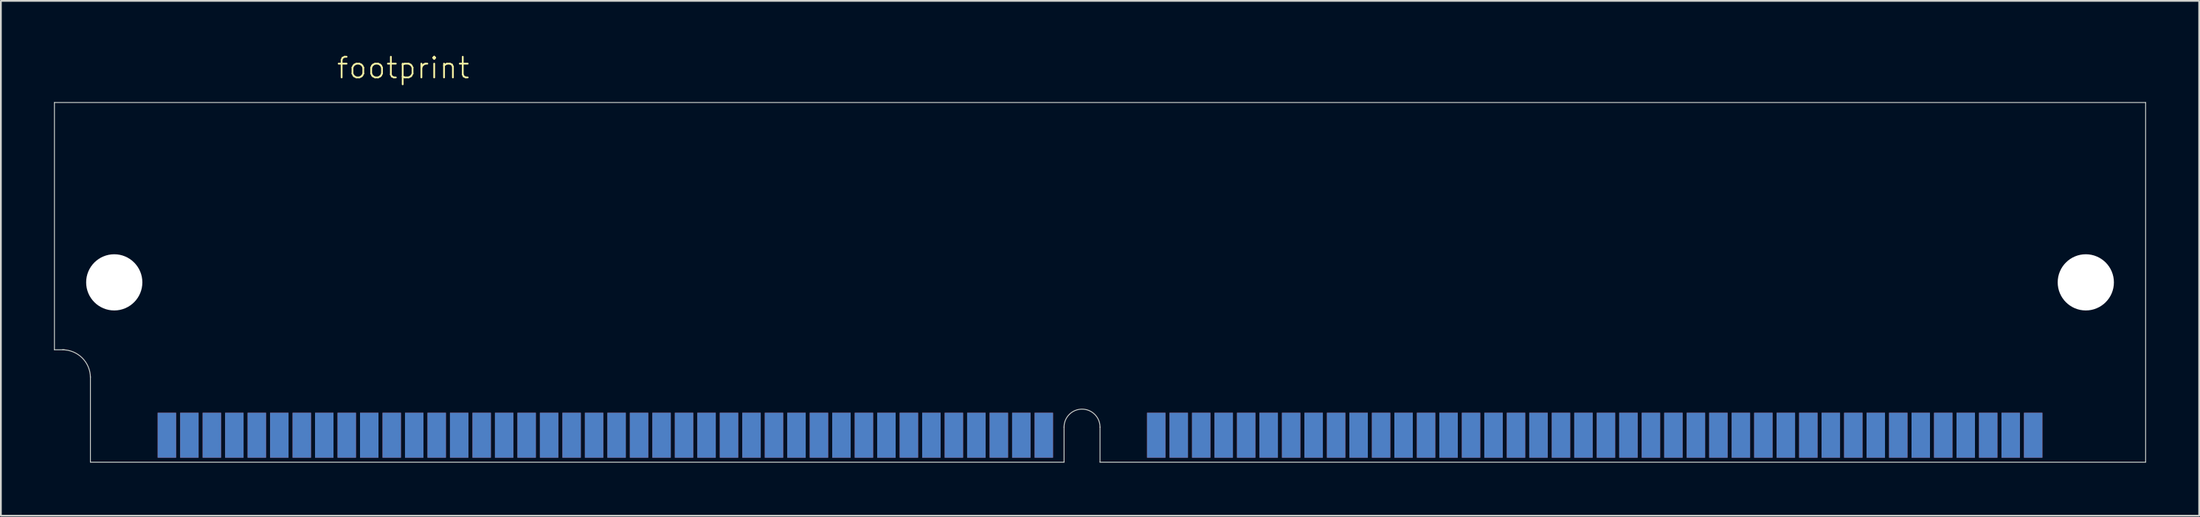
<source format=kicad_pcb>
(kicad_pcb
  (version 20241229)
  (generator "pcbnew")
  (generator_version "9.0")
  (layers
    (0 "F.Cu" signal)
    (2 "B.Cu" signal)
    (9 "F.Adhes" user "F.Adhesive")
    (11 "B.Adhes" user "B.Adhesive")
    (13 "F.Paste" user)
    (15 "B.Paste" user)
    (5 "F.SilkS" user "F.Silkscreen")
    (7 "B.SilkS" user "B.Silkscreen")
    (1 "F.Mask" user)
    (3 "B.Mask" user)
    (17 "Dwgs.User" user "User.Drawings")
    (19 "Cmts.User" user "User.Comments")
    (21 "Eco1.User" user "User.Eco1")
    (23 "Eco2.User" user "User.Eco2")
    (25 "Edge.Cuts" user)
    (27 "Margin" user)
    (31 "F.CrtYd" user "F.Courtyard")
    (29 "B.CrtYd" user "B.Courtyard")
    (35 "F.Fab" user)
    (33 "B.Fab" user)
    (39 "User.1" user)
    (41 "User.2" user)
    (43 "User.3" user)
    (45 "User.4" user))
  (footprint "footprint"
    (layer "F.Cu")
    (at 59.08 12.903)
    (property "Reference" "footprint" (at -43.18 -11.43 0) (layer "F.SilkS") (effects (font (size 1.168 1.168) (thickness 0.102)) (justify left bottom)))
    (fp_line (start -59.055 -10.16) (end 59.055 -10.16) (stroke (width 0.05) (type solid)) (layer "Edge.Cuts"))
    (fp_line (start -59.055 3.81) (end -59.055 -10.16) (stroke (width 0.05) (type solid)) (layer "Edge.Cuts"))
    (fp_line (start -59.055 3.81) (end -58.496 3.81) (stroke (width 0.05) (type solid)) (layer "Edge.Cuts"))
    (fp_line (start -57.023 10.16) (end -57.023 5.309) (stroke (width 0.05) (type solid)) (layer "Edge.Cuts"))
    (fp_line (start -2.032 8.179) (end -2.032 10.16) (stroke (width 0.05) (type solid)) (layer "Edge.Cuts"))
    (fp_line (start -2.032 10.16) (end -57.023 10.16) (stroke (width 0.05) (type solid)) (layer "Edge.Cuts"))
    (fp_line (start 0 8.179) (end 0 10.16) (stroke (width 0.05) (type solid)) (layer "Edge.Cuts"))
    (fp_line (start 59.055 -10.16) (end 59.055 10.16) (stroke (width 0.05) (type solid)) (layer "Edge.Cuts"))
    (fp_line (start 59.055 10.16) (end 0 10.16) (stroke (width 0.05) (type solid)) (layer "Edge.Cuts"))
    (fp_arc (start -58.5978 3.81) (mid -57.484248 4.271248) (end -57.023 5.3848) (stroke (width 0.05) (type solid)) (layer "Edge.Cuts"))
    (fp_arc (start -2.032 8.1788) (mid -1.016 7.1628) (end 0 8.1788) (stroke (width 0.05) (type solid)) (layer "Edge.Cuts"))
    (pad "" np_thru_hole circle (at -55.677 0) (size 3.175 3.175) (drill 3.175) (layers "*.Cu" "*.Mask"))
    (pad "" np_thru_hole circle (at 55.677 0) (size 3.175 3.175) (drill 3.175) (layers "*.Cu" "*.Mask"))
    (pad "1" smd rect (at -52.705 8.636) (size 1.041 2.54) (layers "F.Cu" "F.Mask" "F.Paste"))
    (pad "2" smd rect (at -51.435 8.636) (size 1.041 2.54) (layers "F.Cu" "F.Mask" "F.Paste"))
    (pad "3" smd rect (at -50.165 8.636) (size 1.041 2.54) (layers "F.Cu" "F.Mask" "F.Paste"))
    (pad "4" smd rect (at -48.895 8.636) (size 1.041 2.54) (layers "F.Cu" "F.Mask" "F.Paste"))
    (pad "5" smd rect (at -47.625 8.636) (size 1.041 2.54) (layers "F.Cu" "F.Mask" "F.Paste"))
    (pad "6" smd rect (at -46.355 8.636) (size 1.041 2.54) (layers "F.Cu" "F.Mask" "F.Paste"))
    (pad "7" smd rect (at -45.085 8.636) (size 1.041 2.54) (layers "F.Cu" "F.Mask" "F.Paste"))
    (pad "8" smd rect (at -43.815 8.636) (size 1.041 2.54) (layers "F.Cu" "F.Mask" "F.Paste"))
    (pad "9" smd rect (at -42.545 8.636) (size 1.041 2.54) (layers "F.Cu" "F.Mask" "F.Paste"))
    (pad "10" smd rect (at -41.275 8.636) (size 1.041 2.54) (layers "F.Cu" "F.Mask" "F.Paste"))
    (pad "11" smd rect (at -40.005 8.636) (size 1.041 2.54) (layers "F.Cu" "F.Mask" "F.Paste"))
    (pad "12" smd rect (at -38.735 8.636) (size 1.041 2.54) (layers "F.Cu" "F.Mask" "F.Paste"))
    (pad "13" smd rect (at -37.465 8.636) (size 1.041 2.54) (layers "F.Cu" "F.Mask" "F.Paste"))
    (pad "14" smd rect (at -36.195 8.636) (size 1.041 2.54) (layers "F.Cu" "F.Mask" "F.Paste"))
    (pad "15" smd rect (at -34.925 8.636) (size 1.041 2.54) (layers "F.Cu" "F.Mask" "F.Paste"))
    (pad "16" smd rect (at -33.655 8.636) (size 1.041 2.54) (layers "F.Cu" "F.Mask" "F.Paste"))
    (pad "17" smd rect (at -32.385 8.636) (size 1.041 2.54) (layers "F.Cu" "F.Mask" "F.Paste"))
    (pad "18" smd rect (at -31.115 8.636) (size 1.041 2.54) (layers "F.Cu" "F.Mask" "F.Paste"))
    (pad "19" smd rect (at -29.845 8.636) (size 1.041 2.54) (layers "F.Cu" "F.Mask" "F.Paste"))
    (pad "20" smd rect (at -28.575 8.636) (size 1.041 2.54) (layers "F.Cu" "F.Mask" "F.Paste"))
    (pad "21" smd rect (at -27.305 8.636) (size 1.041 2.54) (layers "F.Cu" "F.Mask" "F.Paste"))
    (pad "22" smd rect (at -26.035 8.636) (size 1.041 2.54) (layers "F.Cu" "F.Mask" "F.Paste"))
    (pad "23" smd rect (at -24.765 8.636) (size 1.041 2.54) (layers "F.Cu" "F.Mask" "F.Paste"))
    (pad "24" smd rect (at -23.495 8.636) (size 1.041 2.54) (layers "F.Cu" "F.Mask" "F.Paste"))
    (pad "25" smd rect (at -22.225 8.636) (size 1.041 2.54) (layers "F.Cu" "F.Mask" "F.Paste"))
    (pad "26" smd rect (at -20.955 8.636) (size 1.041 2.54) (layers "F.Cu" "F.Mask" "F.Paste"))
    (pad "27" smd rect (at -19.685 8.636) (size 1.041 2.54) (layers "F.Cu" "F.Mask" "F.Paste"))
    (pad "28" smd rect (at -18.415 8.636) (size 1.041 2.54) (layers "F.Cu" "F.Mask" "F.Paste"))
    (pad "29" smd rect (at -17.145 8.636) (size 1.041 2.54) (layers "F.Cu" "F.Mask" "F.Paste"))
    (pad "30" smd rect (at -15.875 8.636) (size 1.041 2.54) (layers "F.Cu" "F.Mask" "F.Paste"))
    (pad "31" smd rect (at -14.605 8.636) (size 1.041 2.54) (layers "F.Cu" "F.Mask" "F.Paste"))
    (pad "32" smd rect (at -13.335 8.636) (size 1.041 2.54) (layers "F.Cu" "F.Mask" "F.Paste"))
    (pad "33" smd rect (at -12.065 8.636) (size 1.041 2.54) (layers "F.Cu" "F.Mask" "F.Paste"))
    (pad "34" smd rect (at -10.795 8.636) (size 1.041 2.54) (layers "F.Cu" "F.Mask" "F.Paste"))
    (pad "35" smd rect (at -9.525 8.636) (size 1.041 2.54) (layers "F.Cu" "F.Mask" "F.Paste"))
    (pad "36" smd rect (at -8.255 8.636) (size 1.041 2.54) (layers "F.Cu" "F.Mask" "F.Paste"))
    (pad "37" smd rect (at -6.985 8.636) (size 1.041 2.54) (layers "F.Cu" "F.Mask" "F.Paste"))
    (pad "38" smd rect (at -5.715 8.636) (size 1.041 2.54) (layers "F.Cu" "F.Mask" "F.Paste"))
    (pad "39" smd rect (at -4.445 8.636) (size 1.041 2.54) (layers "F.Cu" "F.Mask" "F.Paste"))
    (pad "40" smd rect (at -3.175 8.636) (size 1.041 2.54) (layers "F.Cu" "F.Mask" "F.Paste"))
    (pad "41" smd rect (at 3.175 8.636) (size 1.041 2.54) (layers "F.Cu" "F.Mask" "F.Paste"))
    (pad "42" smd rect (at 4.445 8.636) (size 1.041 2.54) (layers "F.Cu" "F.Mask" "F.Paste"))
    (pad "43" smd rect (at 5.715 8.636) (size 1.041 2.54) (layers "F.Cu" "F.Mask" "F.Paste"))
    (pad "44" smd rect (at 6.985 8.636) (size 1.041 2.54) (layers "F.Cu" "F.Mask" "F.Paste"))
    (pad "45" smd rect (at 8.255 8.636) (size 1.041 2.54) (layers "F.Cu" "F.Mask" "F.Paste"))
    (pad "46" smd rect (at 9.525 8.636) (size 1.041 2.54) (layers "F.Cu" "F.Mask" "F.Paste"))
    (pad "47" smd rect (at 10.795 8.636) (size 1.041 2.54) (layers "F.Cu" "F.Mask" "F.Paste"))
    (pad "48" smd rect (at 12.065 8.636) (size 1.041 2.54) (layers "F.Cu" "F.Mask" "F.Paste"))
    (pad "49" smd rect (at 13.335 8.636) (size 1.041 2.54) (layers "F.Cu" "F.Mask" "F.Paste"))
    (pad "50" smd rect (at 14.605 8.636) (size 1.041 2.54) (layers "F.Cu" "F.Mask" "F.Paste"))
    (pad "51" smd rect (at 15.875 8.636) (size 1.041 2.54) (layers "F.Cu" "F.Mask" "F.Paste"))
    (pad "52" smd rect (at 17.145 8.636) (size 1.041 2.54) (layers "F.Cu" "F.Mask" "F.Paste"))
    (pad "53" smd rect (at 18.415 8.636) (size 1.041 2.54) (layers "F.Cu" "F.Mask" "F.Paste"))
    (pad "54" smd rect (at 19.685 8.636) (size 1.041 2.54) (layers "F.Cu" "F.Mask" "F.Paste"))
    (pad "55" smd rect (at 20.955 8.636) (size 1.041 2.54) (layers "F.Cu" "F.Mask" "F.Paste"))
    (pad "56" smd rect (at 22.225 8.636) (size 1.041 2.54) (layers "F.Cu" "F.Mask" "F.Paste"))
    (pad "57" smd rect (at 23.495 8.636) (size 1.041 2.54) (layers "F.Cu" "F.Mask" "F.Paste"))
    (pad "58" smd rect (at 24.765 8.636) (size 1.041 2.54) (layers "F.Cu" "F.Mask" "F.Paste"))
    (pad "59" smd rect (at 26.035 8.636) (size 1.041 2.54) (layers "F.Cu" "F.Mask" "F.Paste"))
    (pad "60" smd rect (at 27.305 8.636) (size 1.041 2.54) (layers "F.Cu" "F.Mask" "F.Paste"))
    (pad "61" smd rect (at 28.575 8.636) (size 1.041 2.54) (layers "F.Cu" "F.Mask" "F.Paste"))
    (pad "62" smd rect (at 29.845 8.636) (size 1.041 2.54) (layers "F.Cu" "F.Mask" "F.Paste"))
    (pad "63" smd rect (at 31.115 8.636) (size 1.041 2.54) (layers "F.Cu" "F.Mask" "F.Paste"))
    (pad "64" smd rect (at 32.385 8.636) (size 1.041 2.54) (layers "F.Cu" "F.Mask" "F.Paste"))
    (pad "65" smd rect (at 33.655 8.636) (size 1.041 2.54) (layers "F.Cu" "F.Mask" "F.Paste"))
    (pad "66" smd rect (at 34.925 8.636) (size 1.041 2.54) (layers "F.Cu" "F.Mask" "F.Paste"))
    (pad "67" smd rect (at 36.195 8.636) (size 1.041 2.54) (layers "F.Cu" "F.Mask" "F.Paste"))
    (pad "68" smd rect (at 37.465 8.636) (size 1.041 2.54) (layers "F.Cu" "F.Mask" "F.Paste"))
    (pad "69" smd rect (at 38.735 8.636) (size 1.041 2.54) (layers "F.Cu" "F.Mask" "F.Paste"))
    (pad "70" smd rect (at 40.005 8.636) (size 1.041 2.54) (layers "F.Cu" "F.Mask" "F.Paste"))
    (pad "71" smd rect (at 41.275 8.636) (size 1.041 2.54) (layers "F.Cu" "F.Mask" "F.Paste"))
    (pad "72" smd rect (at 42.545 8.636) (size 1.041 2.54) (layers "F.Cu" "F.Mask" "F.Paste"))
    (pad "73" smd rect (at 43.815 8.636) (size 1.041 2.54) (layers "F.Cu" "F.Mask" "F.Paste"))
    (pad "74" smd rect (at 45.085 8.636) (size 1.041 2.54) (layers "F.Cu" "F.Mask" "F.Paste"))
    (pad "75" smd rect (at 46.355 8.636) (size 1.041 2.54) (layers "F.Cu" "F.Mask" "F.Paste"))
    (pad "76" smd rect (at 47.625 8.636) (size 1.041 2.54) (layers "F.Cu" "F.Mask" "F.Paste"))
    (pad "77" smd rect (at 48.895 8.636) (size 1.041 2.54) (layers "F.Cu" "F.Mask" "F.Paste"))
    (pad "78" smd rect (at 50.165 8.636) (size 1.041 2.54) (layers "F.Cu" "F.Mask" "F.Paste"))
    (pad "79" smd rect (at 51.435 8.636) (size 1.041 2.54) (layers "F.Cu" "F.Mask" "F.Paste"))
    (pad "80" smd rect (at 52.705 8.636) (size 1.041 2.54) (layers "F.Cu" "F.Mask" "F.Paste"))
    (pad "81" smd rect (at -52.705 8.636) (size 1.041 2.54) (layers "B.Cu" "B.Mask" "B.Paste"))
    (pad "82" smd rect (at -51.435 8.636) (size 1.041 2.54) (layers "B.Cu" "B.Mask" "B.Paste"))
    (pad "83" smd rect (at -50.165 8.636) (size 1.041 2.54) (layers "B.Cu" "B.Mask" "B.Paste"))
    (pad "84" smd rect (at -48.895 8.636) (size 1.041 2.54) (layers "B.Cu" "B.Mask" "B.Paste"))
    (pad "85" smd rect (at -47.625 8.636) (size 1.041 2.54) (layers "B.Cu" "B.Mask" "B.Paste"))
    (pad "86" smd rect (at -46.355 8.636) (size 1.041 2.54) (layers "B.Cu" "B.Mask" "B.Paste"))
    (pad "87" smd rect (at -45.085 8.636) (size 1.041 2.54) (layers "B.Cu" "B.Mask" "B.Paste"))
    (pad "88" smd rect (at -43.815 8.636) (size 1.041 2.54) (layers "B.Cu" "B.Mask" "B.Paste"))
    (pad "89" smd rect (at -42.545 8.636) (size 1.041 2.54) (layers "B.Cu" "B.Mask" "B.Paste"))
    (pad "90" smd rect (at -41.275 8.636) (size 1.041 2.54) (layers "B.Cu" "B.Mask" "B.Paste"))
    (pad "91" smd rect (at -40.005 8.636) (size 1.041 2.54) (layers "B.Cu" "B.Mask" "B.Paste"))
    (pad "92" smd rect (at -38.735 8.636) (size 1.041 2.54) (layers "B.Cu" "B.Mask" "B.Paste"))
    (pad "93" smd rect (at -37.465 8.636) (size 1.041 2.54) (layers "B.Cu" "B.Mask" "B.Paste"))
    (pad "94" smd rect (at -36.195 8.636) (size 1.041 2.54) (layers "B.Cu" "B.Mask" "B.Paste"))
    (pad "95" smd rect (at -34.925 8.636) (size 1.041 2.54) (layers "B.Cu" "B.Mask" "B.Paste"))
    (pad "96" smd rect (at -33.655 8.636) (size 1.041 2.54) (layers "B.Cu" "B.Mask" "B.Paste"))
    (pad "97" smd rect (at -32.385 8.636) (size 1.041 2.54) (layers "B.Cu" "B.Mask" "B.Paste"))
    (pad "98" smd rect (at -31.115 8.636) (size 1.041 2.54) (layers "B.Cu" "B.Mask" "B.Paste"))
    (pad "99" smd rect (at -29.845 8.636) (size 1.041 2.54) (layers "B.Cu" "B.Mask" "B.Paste"))
    (pad "100" smd rect (at -28.575 8.636) (size 1.041 2.54) (layers "B.Cu" "B.Mask" "B.Paste"))
    (pad "101" smd rect (at -27.305 8.636) (size 1.041 2.54) (layers "B.Cu" "B.Mask" "B.Paste"))
    (pad "102" smd rect (at -26.035 8.636) (size 1.041 2.54) (layers "B.Cu" "B.Mask" "B.Paste"))
    (pad "103" smd rect (at -24.765 8.636) (size 1.041 2.54) (layers "B.Cu" "B.Mask" "B.Paste"))
    (pad "104" smd rect (at -23.495 8.636) (size 1.041 2.54) (layers "B.Cu" "B.Mask" "B.Paste"))
    (pad "105" smd rect (at -22.225 8.636) (size 1.041 2.54) (layers "B.Cu" "B.Mask" "B.Paste"))
    (pad "106" smd rect (at -20.955 8.636) (size 1.041 2.54) (layers "B.Cu" "B.Mask" "B.Paste"))
    (pad "107" smd rect (at -19.685 8.636) (size 1.041 2.54) (layers "B.Cu" "B.Mask" "B.Paste"))
    (pad "108" smd rect (at -18.415 8.636) (size 1.041 2.54) (layers "B.Cu" "B.Mask" "B.Paste"))
    (pad "109" smd rect (at -17.145 8.636) (size 1.041 2.54) (layers "B.Cu" "B.Mask" "B.Paste"))
    (pad "110" smd rect (at -15.875 8.636) (size 1.041 2.54) (layers "B.Cu" "B.Mask" "B.Paste"))
    (pad "111" smd rect (at -14.605 8.636) (size 1.041 2.54) (layers "B.Cu" "B.Mask" "B.Paste"))
    (pad "112" smd rect (at -13.335 8.636) (size 1.041 2.54) (layers "B.Cu" "B.Mask" "B.Paste"))
    (pad "113" smd rect (at -12.065 8.636) (size 1.041 2.54) (layers "B.Cu" "B.Mask" "B.Paste"))
    (pad "114" smd rect (at -10.795 8.636) (size 1.041 2.54) (layers "B.Cu" "B.Mask" "B.Paste"))
    (pad "115" smd rect (at -9.525 8.636) (size 1.041 2.54) (layers "B.Cu" "B.Mask" "B.Paste"))
    (pad "116" smd rect (at -8.255 8.636) (size 1.041 2.54) (layers "B.Cu" "B.Mask" "B.Paste"))
    (pad "117" smd rect (at -6.985 8.636) (size 1.041 2.54) (layers "B.Cu" "B.Mask" "B.Paste"))
    (pad "118" smd rect (at -5.715 8.636) (size 1.041 2.54) (layers "B.Cu" "B.Mask" "B.Paste"))
    (pad "119" smd rect (at -4.445 8.636) (size 1.041 2.54) (layers "B.Cu" "B.Mask" "B.Paste"))
    (pad "120" smd rect (at -3.175 8.636) (size 1.041 2.54) (layers "B.Cu" "B.Mask" "B.Paste"))
    (pad "121" smd rect (at 3.175 8.636) (size 1.041 2.54) (layers "B.Cu" "B.Mask" "B.Paste"))
    (pad "122" smd rect (at 4.445 8.636) (size 1.041 2.54) (layers "B.Cu" "B.Mask" "B.Paste"))
    (pad "123" smd rect (at 5.715 8.636) (size 1.041 2.54) (layers "B.Cu" "B.Mask" "B.Paste"))
    (pad "124" smd rect (at 6.985 8.636) (size 1.041 2.54) (layers "B.Cu" "B.Mask" "B.Paste"))
    (pad "125" smd rect (at 8.255 8.636) (size 1.041 2.54) (layers "B.Cu" "B.Mask" "B.Paste"))
    (pad "126" smd rect (at 9.525 8.636) (size 1.041 2.54) (layers "B.Cu" "B.Mask" "B.Paste"))
    (pad "127" smd rect (at 10.795 8.636) (size 1.041 2.54) (layers "B.Cu" "B.Mask" "B.Paste"))
    (pad "128" smd rect (at 12.065 8.636) (size 1.041 2.54) (layers "B.Cu" "B.Mask" "B.Paste"))
    (pad "129" smd rect (at 13.335 8.636) (size 1.041 2.54) (layers "B.Cu" "B.Mask" "B.Paste"))
    (pad "130" smd rect (at 14.605 8.636) (size 1.041 2.54) (layers "B.Cu" "B.Mask" "B.Paste"))
    (pad "131" smd rect (at 15.875 8.636) (size 1.041 2.54) (layers "B.Cu" "B.Mask" "B.Paste"))
    (pad "132" smd rect (at 17.145 8.636) (size 1.041 2.54) (layers "B.Cu" "B.Mask" "B.Paste"))
    (pad "133" smd rect (at 18.415 8.636) (size 1.041 2.54) (layers "B.Cu" "B.Mask" "B.Paste"))
    (pad "134" smd rect (at 19.685 8.636) (size 1.041 2.54) (layers "B.Cu" "B.Mask" "B.Paste"))
    (pad "135" smd rect (at 20.955 8.636) (size 1.041 2.54) (layers "B.Cu" "B.Mask" "B.Paste"))
    (pad "136" smd rect (at 22.225 8.636) (size 1.041 2.54) (layers "B.Cu" "B.Mask" "B.Paste"))
    (pad "137" smd rect (at 23.495 8.636) (size 1.041 2.54) (layers "B.Cu" "B.Mask" "B.Paste"))
    (pad "138" smd rect (at 24.765 8.636) (size 1.041 2.54) (layers "B.Cu" "B.Mask" "B.Paste"))
    (pad "139" smd rect (at 26.035 8.636) (size 1.041 2.54) (layers "B.Cu" "B.Mask" "B.Paste"))
    (pad "140" smd rect (at 27.305 8.636) (size 1.041 2.54) (layers "B.Cu" "B.Mask" "B.Paste"))
    (pad "141" smd rect (at 28.575 8.636) (size 1.041 2.54) (layers "B.Cu" "B.Mask" "B.Paste"))
    (pad "142" smd rect (at 29.845 8.636) (size 1.041 2.54) (layers "B.Cu" "B.Mask" "B.Paste"))
    (pad "143" smd rect (at 31.115 8.636) (size 1.041 2.54) (layers "B.Cu" "B.Mask" "B.Paste"))
    (pad "144" smd rect (at 32.385 8.636) (size 1.041 2.54) (layers "B.Cu" "B.Mask" "B.Paste"))
    (pad "145" smd rect (at 33.655 8.636) (size 1.041 2.54) (layers "B.Cu" "B.Mask" "B.Paste"))
    (pad "146" smd rect (at 34.925 8.636) (size 1.041 2.54) (layers "B.Cu" "B.Mask" "B.Paste"))
    (pad "147" smd rect (at 36.195 8.636) (size 1.041 2.54) (layers "B.Cu" "B.Mask" "B.Paste"))
    (pad "148" smd rect (at 37.465 8.636) (size 1.041 2.54) (layers "B.Cu" "B.Mask" "B.Paste"))
    (pad "149" smd rect (at 38.735 8.636) (size 1.041 2.54) (layers "B.Cu" "B.Mask" "B.Paste"))
    (pad "150" smd rect (at 40.005 8.636) (size 1.041 2.54) (layers "B.Cu" "B.Mask" "B.Paste"))
    (pad "151" smd rect (at 41.275 8.636) (size 1.041 2.54) (layers "B.Cu" "B.Mask" "B.Paste"))
    (pad "152" smd rect (at 42.545 8.636) (size 1.041 2.54) (layers "B.Cu" "B.Mask" "B.Paste"))
    (pad "153" smd rect (at 43.815 8.636) (size 1.041 2.54) (layers "B.Cu" "B.Mask" "B.Paste"))
    (pad "154" smd rect (at 45.085 8.636) (size 1.041 2.54) (layers "B.Cu" "B.Mask" "B.Paste"))
    (pad "155" smd rect (at 46.355 8.636) (size 1.041 2.54) (layers "B.Cu" "B.Mask" "B.Paste"))
    (pad "156" smd rect (at 47.625 8.636) (size 1.041 2.54) (layers "B.Cu" "B.Mask" "B.Paste"))
    (pad "157" smd rect (at 48.895 8.636) (size 1.041 2.54) (layers "B.Cu" "B.Mask" "B.Paste"))
    (pad "158" smd rect (at 50.165 8.636) (size 1.041 2.54) (layers "B.Cu" "B.Mask" "B.Paste"))
    (pad "159" smd rect (at 51.435 8.636) (size 1.041 2.54) (layers "B.Cu" "B.Mask" "B.Paste"))
    (pad "160" smd rect (at 52.705 8.636) (size 1.041 2.54) (layers "B.Cu" "B.Mask" "B.Paste")))
  (gr_rect
    (start -3 -3)
    (end 121.16 26.088)
    (stroke (width 0.1) (type default))
    (fill no)
    (layer "Edge.Cuts")))
</source>
